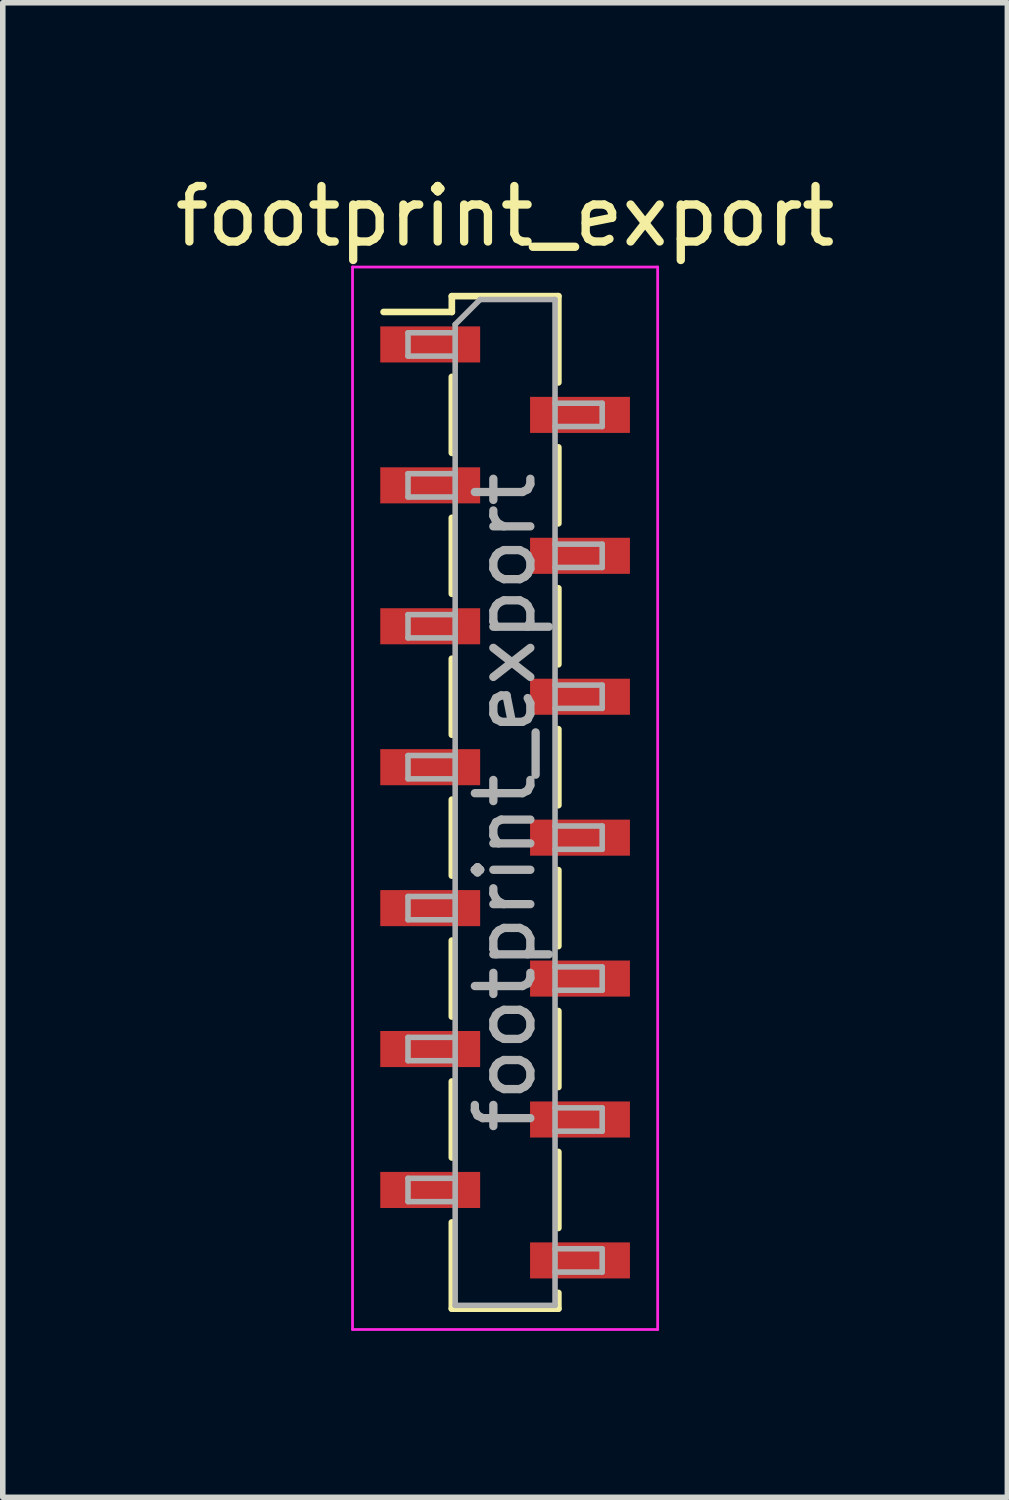
<source format=kicad_pcb>
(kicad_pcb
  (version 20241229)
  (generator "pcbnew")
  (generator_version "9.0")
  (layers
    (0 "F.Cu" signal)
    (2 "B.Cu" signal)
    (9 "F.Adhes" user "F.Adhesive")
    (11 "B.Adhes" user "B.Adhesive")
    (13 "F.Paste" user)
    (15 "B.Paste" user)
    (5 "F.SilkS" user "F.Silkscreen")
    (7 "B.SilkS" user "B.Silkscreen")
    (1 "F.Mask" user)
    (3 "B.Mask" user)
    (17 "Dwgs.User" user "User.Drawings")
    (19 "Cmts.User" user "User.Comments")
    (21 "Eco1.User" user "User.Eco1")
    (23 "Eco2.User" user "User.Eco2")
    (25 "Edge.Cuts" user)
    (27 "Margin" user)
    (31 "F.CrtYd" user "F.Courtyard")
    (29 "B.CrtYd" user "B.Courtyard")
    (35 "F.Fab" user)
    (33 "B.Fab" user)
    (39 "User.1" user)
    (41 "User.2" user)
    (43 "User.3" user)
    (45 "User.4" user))
  (footprint "footprint_export"
    (layer "F.Cu")
    (at 6.054 11.413)
    (property "Reference" "footprint_export" (at 0 -10.565 0) (layer "F.SilkS") (effects (font (size 1 1) (thickness 0.15))))
    (attr smd)
    (fp_line (start -2.19 -8.84) (end -0.96 -8.84) (stroke (width 0.12) (type solid)) (layer "F.SilkS"))
    (fp_line (start -0.96 -9.125) (end -0.96 -8.84) (stroke (width 0.12) (type solid)) (layer "F.SilkS"))
    (fp_line (start -0.96 -9.125) (end 0.96 -9.125) (stroke (width 0.12) (type solid)) (layer "F.SilkS"))
    (fp_line (start -0.96 -7.67) (end -0.96 -6.3) (stroke (width 0.12) (type solid)) (layer "F.SilkS"))
    (fp_line (start -0.96 -5.13) (end -0.96 -3.76) (stroke (width 0.12) (type solid)) (layer "F.SilkS"))
    (fp_line (start -0.96 -2.59) (end -0.96 -1.22) (stroke (width 0.12) (type solid)) (layer "F.SilkS"))
    (fp_line (start -0.96 -0.05) (end -0.96 1.32) (stroke (width 0.12) (type solid)) (layer "F.SilkS"))
    (fp_line (start -0.96 2.49) (end -0.96 3.86) (stroke (width 0.12) (type solid)) (layer "F.SilkS"))
    (fp_line (start -0.96 5.03) (end -0.96 6.4) (stroke (width 0.12) (type solid)) (layer "F.SilkS"))
    (fp_line (start -0.96 7.57) (end -0.96 9.125) (stroke (width 0.12) (type solid)) (layer "F.SilkS"))
    (fp_line (start -0.96 9.125) (end 0.96 9.125) (stroke (width 0.12) (type solid)) (layer "F.SilkS"))
    (fp_line (start 0.96 -9.125) (end 0.96 -7.57) (stroke (width 0.12) (type solid)) (layer "F.SilkS"))
    (fp_line (start 0.96 -6.4) (end 0.96 -5.03) (stroke (width 0.12) (type solid)) (layer "F.SilkS"))
    (fp_line (start 0.96 -3.86) (end 0.96 -2.49) (stroke (width 0.12) (type solid)) (layer "F.SilkS"))
    (fp_line (start 0.96 -1.32) (end 0.96 0.05) (stroke (width 0.12) (type solid)) (layer "F.SilkS"))
    (fp_line (start 0.96 1.22) (end 0.96 2.59) (stroke (width 0.12) (type solid)) (layer "F.SilkS"))
    (fp_line (start 0.96 3.76) (end 0.96 5.13) (stroke (width 0.12) (type solid)) (layer "F.SilkS"))
    (fp_line (start 0.96 6.3) (end 0.96 7.67) (stroke (width 0.12) (type solid)) (layer "F.SilkS"))
    (fp_line (start 0.96 8.84) (end 0.96 9.125) (stroke (width 0.12) (type solid)) (layer "F.SilkS"))
    (fp_line (start -2.75 -9.65) (end 2.75 -9.65) (stroke (width 0.05) (type solid)) (layer "F.CrtYd"))
    (fp_line (start -2.75 9.5) (end -2.75 -9.65) (stroke (width 0.05) (type solid)) (layer "F.CrtYd"))
    (fp_line (start 2.75 -9.65) (end 2.75 9.5) (stroke (width 0.05) (type solid)) (layer "F.CrtYd"))
    (fp_line (start 2.75 9.5) (end -2.75 9.5) (stroke (width 0.05) (type solid)) (layer "F.CrtYd"))
    (fp_line (start -1.75 -8.465) (end -0.9 -8.465) (stroke (width 0.1) (type solid)) (layer "F.Fab"))
    (fp_line (start -1.75 -8.045) (end -1.75 -8.465) (stroke (width 0.1) (type solid)) (layer "F.Fab"))
    (fp_line (start -1.75 -5.925) (end -0.9 -5.925) (stroke (width 0.1) (type solid)) (layer "F.Fab"))
    (fp_line (start -1.75 -5.505) (end -1.75 -5.925) (stroke (width 0.1) (type solid)) (layer "F.Fab"))
    (fp_line (start -1.75 -3.385) (end -0.9 -3.385) (stroke (width 0.1) (type solid)) (layer "F.Fab"))
    (fp_line (start -1.75 -2.965) (end -1.75 -3.385) (stroke (width 0.1) (type solid)) (layer "F.Fab"))
    (fp_line (start -1.75 -0.845) (end -0.9 -0.845) (stroke (width 0.1) (type solid)) (layer "F.Fab"))
    (fp_line (start -1.75 -0.425) (end -1.75 -0.845) (stroke (width 0.1) (type solid)) (layer "F.Fab"))
    (fp_line (start -1.75 1.695) (end -0.9 1.695) (stroke (width 0.1) (type solid)) (layer "F.Fab"))
    (fp_line (start -1.75 2.115) (end -1.75 1.695) (stroke (width 0.1) (type solid)) (layer "F.Fab"))
    (fp_line (start -1.75 4.235) (end -0.9 4.235) (stroke (width 0.1) (type solid)) (layer "F.Fab"))
    (fp_line (start -1.75 4.655) (end -1.75 4.235) (stroke (width 0.1) (type solid)) (layer "F.Fab"))
    (fp_line (start -1.75 6.775) (end -0.9 6.775) (stroke (width 0.1) (type solid)) (layer "F.Fab"))
    (fp_line (start -1.75 7.195) (end -1.75 6.775) (stroke (width 0.1) (type solid)) (layer "F.Fab"))
    (fp_line (start -0.9 -8.615) (end -0.45 -9.065) (stroke (width 0.1) (type solid)) (layer "F.Fab"))
    (fp_line (start -0.9 -8.045) (end -1.75 -8.045) (stroke (width 0.1) (type solid)) (layer "F.Fab"))
    (fp_line (start -0.9 -5.505) (end -1.75 -5.505) (stroke (width 0.1) (type solid)) (layer "F.Fab"))
    (fp_line (start -0.9 -2.965) (end -1.75 -2.965) (stroke (width 0.1) (type solid)) (layer "F.Fab"))
    (fp_line (start -0.9 -0.425) (end -1.75 -0.425) (stroke (width 0.1) (type solid)) (layer "F.Fab"))
    (fp_line (start -0.9 2.115) (end -1.75 2.115) (stroke (width 0.1) (type solid)) (layer "F.Fab"))
    (fp_line (start -0.9 4.655) (end -1.75 4.655) (stroke (width 0.1) (type solid)) (layer "F.Fab"))
    (fp_line (start -0.9 7.195) (end -1.75 7.195) (stroke (width 0.1) (type solid)) (layer "F.Fab"))
    (fp_line (start -0.9 9.065) (end -0.9 -8.615) (stroke (width 0.1) (type solid)) (layer "F.Fab"))
    (fp_line (start -0.45 -9.065) (end 0.9 -9.065) (stroke (width 0.1) (type solid)) (layer "F.Fab"))
    (fp_line (start 0.9 -9.065) (end 0.9 9.065) (stroke (width 0.1) (type solid)) (layer "F.Fab"))
    (fp_line (start 0.9 -7.195) (end 1.75 -7.195) (stroke (width 0.1) (type solid)) (layer "F.Fab"))
    (fp_line (start 0.9 -4.655) (end 1.75 -4.655) (stroke (width 0.1) (type solid)) (layer "F.Fab"))
    (fp_line (start 0.9 -2.115) (end 1.75 -2.115) (stroke (width 0.1) (type solid)) (layer "F.Fab"))
    (fp_line (start 0.9 0.425) (end 1.75 0.425) (stroke (width 0.1) (type solid)) (layer "F.Fab"))
    (fp_line (start 0.9 2.965) (end 1.75 2.965) (stroke (width 0.1) (type solid)) (layer "F.Fab"))
    (fp_line (start 0.9 5.505) (end 1.75 5.505) (stroke (width 0.1) (type solid)) (layer "F.Fab"))
    (fp_line (start 0.9 8.045) (end 1.75 8.045) (stroke (width 0.1) (type solid)) (layer "F.Fab"))
    (fp_line (start 0.9 9.065) (end -0.9 9.065) (stroke (width 0.1) (type solid)) (layer "F.Fab"))
    (fp_line (start 1.75 -7.195) (end 1.75 -6.775) (stroke (width 0.1) (type solid)) (layer "F.Fab"))
    (fp_line (start 1.75 -6.775) (end 0.9 -6.775) (stroke (width 0.1) (type solid)) (layer "F.Fab"))
    (fp_line (start 1.75 -4.655) (end 1.75 -4.235) (stroke (width 0.1) (type solid)) (layer "F.Fab"))
    (fp_line (start 1.75 -4.235) (end 0.9 -4.235) (stroke (width 0.1) (type solid)) (layer "F.Fab"))
    (fp_line (start 1.75 -2.115) (end 1.75 -1.695) (stroke (width 0.1) (type solid)) (layer "F.Fab"))
    (fp_line (start 1.75 -1.695) (end 0.9 -1.695) (stroke (width 0.1) (type solid)) (layer "F.Fab"))
    (fp_line (start 1.75 0.425) (end 1.75 0.845) (stroke (width 0.1) (type solid)) (layer "F.Fab"))
    (fp_line (start 1.75 0.845) (end 0.9 0.845) (stroke (width 0.1) (type solid)) (layer "F.Fab"))
    (fp_line (start 1.75 2.965) (end 1.75 3.385) (stroke (width 0.1) (type solid)) (layer "F.Fab"))
    (fp_line (start 1.75 3.385) (end 0.9 3.385) (stroke (width 0.1) (type solid)) (layer "F.Fab"))
    (fp_line (start 1.75 5.505) (end 1.75 5.925) (stroke (width 0.1) (type solid)) (layer "F.Fab"))
    (fp_line (start 1.75 5.925) (end 0.9 5.925) (stroke (width 0.1) (type solid)) (layer "F.Fab"))
    (fp_line (start 1.75 8.045) (end 1.75 8.465) (stroke (width 0.1) (type solid)) (layer "F.Fab"))
    (fp_line (start 1.75 8.465) (end 0.9 8.465) (stroke (width 0.1) (type solid)) (layer "F.Fab"))
    (fp_text user "${REFERENCE}" (at 0 0 90) (layer "F.Fab") (effects (font (size 1 1) (thickness 0.15))))
    (pad "1" smd rect (at -1.35 -8.255) (size 1.8 0.65) (layers "F.Cu" "F.Mask" "F.Paste"))
    (pad "2" smd rect (at 1.35 -6.985) (size 1.8 0.65) (layers "F.Cu" "F.Mask" "F.Paste"))
    (pad "3" smd rect (at -1.35 -5.715) (size 1.8 0.65) (layers "F.Cu" "F.Mask" "F.Paste"))
    (pad "4" smd rect (at 1.35 -4.445) (size 1.8 0.65) (layers "F.Cu" "F.Mask" "F.Paste"))
    (pad "5" smd rect (at -1.35 -3.175) (size 1.8 0.65) (layers "F.Cu" "F.Mask" "F.Paste"))
    (pad "6" smd rect (at 1.35 -1.905) (size 1.8 0.65) (layers "F.Cu" "F.Mask" "F.Paste"))
    (pad "7" smd rect (at -1.35 -0.635) (size 1.8 0.65) (layers "F.Cu" "F.Mask" "F.Paste"))
    (pad "8" smd rect (at 1.35 0.635) (size 1.8 0.65) (layers "F.Cu" "F.Mask" "F.Paste"))
    (pad "9" smd rect (at -1.35 1.905) (size 1.8 0.65) (layers "F.Cu" "F.Mask" "F.Paste"))
    (pad "10" smd rect (at 1.35 3.175) (size 1.8 0.65) (layers "F.Cu" "F.Mask" "F.Paste"))
    (pad "11" smd rect (at -1.35 4.445) (size 1.8 0.65) (layers "F.Cu" "F.Mask" "F.Paste"))
    (pad "12" smd rect (at 1.35 5.715) (size 1.8 0.65) (layers "F.Cu" "F.Mask" "F.Paste"))
    (pad "13" smd rect (at -1.35 6.985) (size 1.8 0.65) (layers "F.Cu" "F.Mask" "F.Paste"))
    (pad "14" smd rect (at 1.35 8.255) (size 1.8 0.65) (layers "F.Cu" "F.Mask" "F.Paste")))
  (gr_rect
    (start -3 -3)
    (end 15.107 23.938)
    (stroke (width 0.1) (type default))
    (fill no)
    (layer "Edge.Cuts")))
</source>
